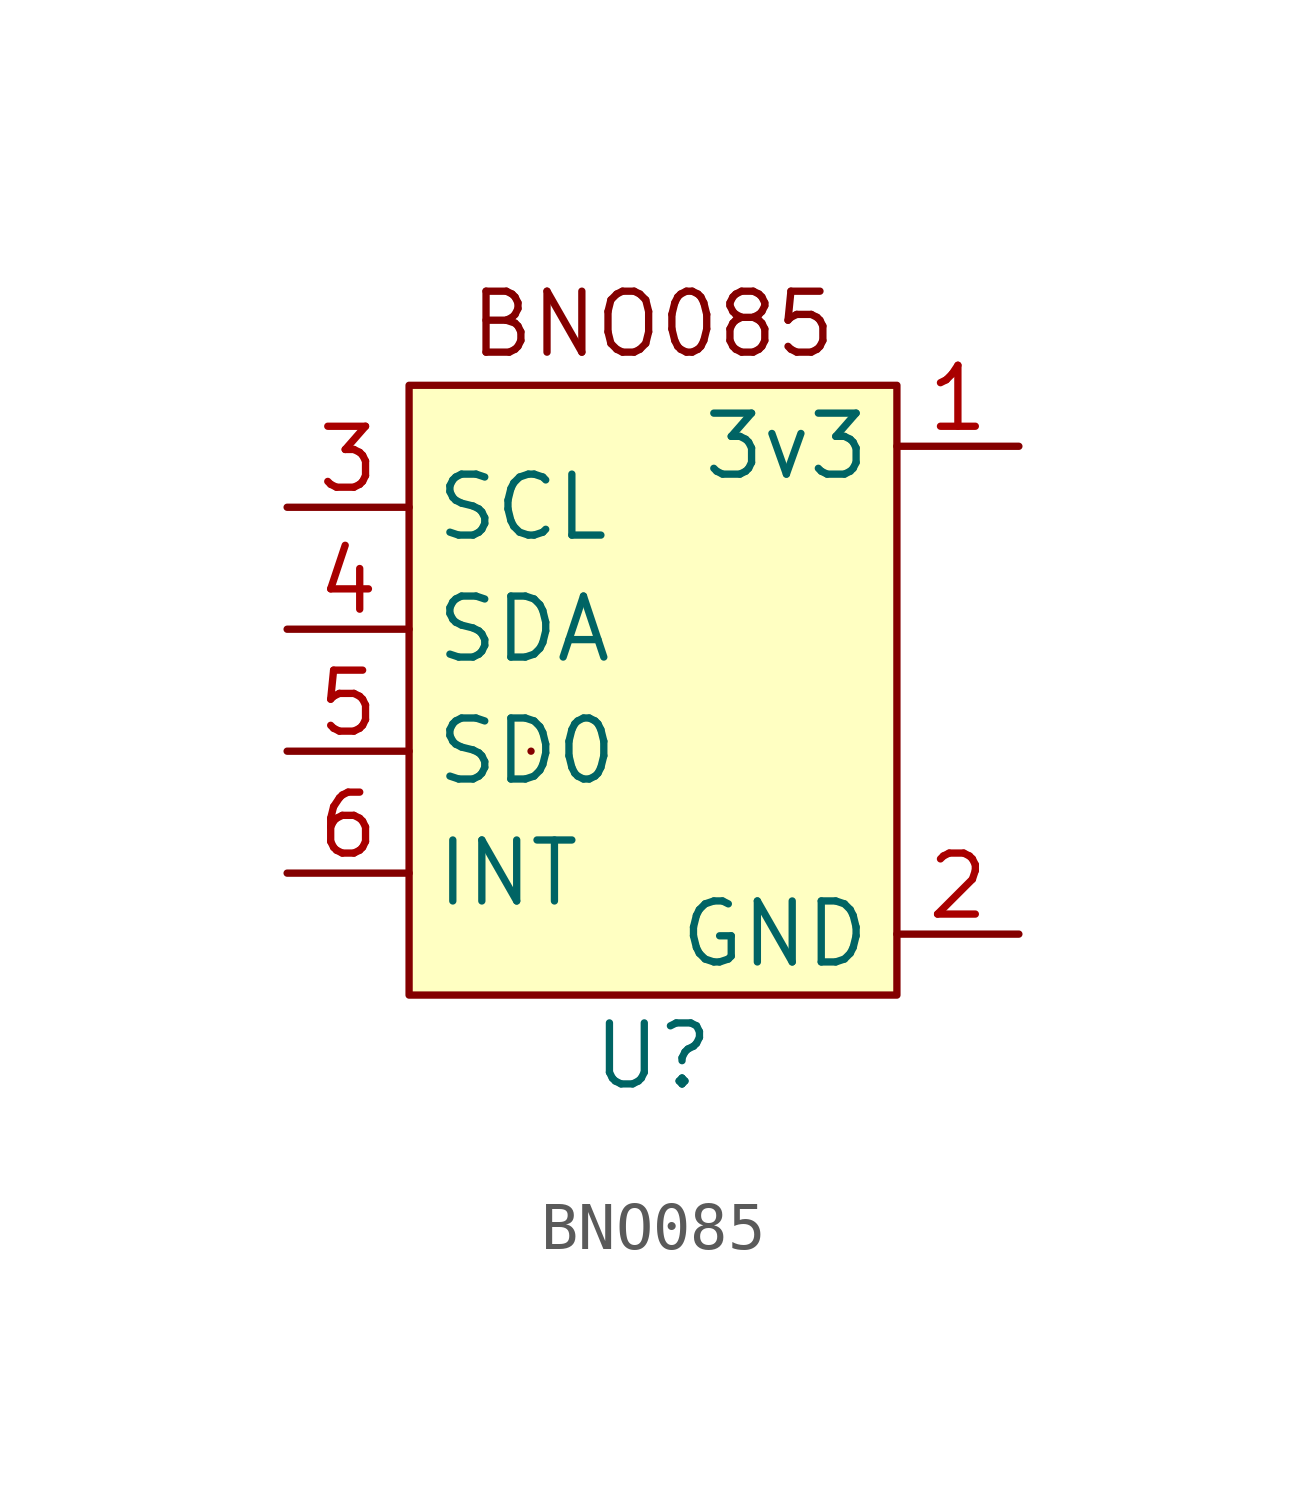
<source format=kicad_sym>
(kicad_symbol_lib
  (version 20220914)
  (generator kicad_symbol_editor)
  (symbol "BNO085"
    (property "Reference" "U"
      (at 0 0 0)
      (effects (font (size 1.27 1.27))))
    (property "Value" ""
      (at 0 0 0)
      (effects (font (size 1.27 1.27))))
    (symbol "BNO085_0_1"
      (rectangle (start -2.54 6.35) (end -2.54 6.35) (stroke (width 0) (type default)) (fill (type none))))
    (symbol "BNO085_1_1"
      (rectangle (start -5.08 13.97) (end 5.08 1.27) (stroke (width 0) (type default)) (fill (type background)))
      (text "BNO085" (at 0 15.24 0) (effects (font (size 1.27 1.27))))
      (pin input line (at 7.62 12.7 180) (length 2.54) (name "3v3" (effects (font (size 1.27 1.27)))) (number "1" (effects (font (size 1.27 1.27)))))
      (pin bidirectional line (at 7.62 2.54 180) (length 2.54) (name "GND" (effects (font (size 1.27 1.27)))) (number "2" (effects (font (size 1.27 1.27)))))
      (pin bidirectional line (at -7.62 11.43 0) (length 2.54) (name "SCL" (effects (font (size 1.27 1.27)))) (number "3" (effects (font (size 1.27 1.27)))))
      (pin bidirectional line (at -7.62 8.89 0) (length 2.54) (name "SDA" (effects (font (size 1.27 1.27)))) (number "4" (effects (font (size 1.27 1.27)))))
      (pin bidirectional line (at -7.62 6.35 0) (length 2.54) (name "SD0" (effects (font (size 1.27 1.27)))) (number "5" (effects (font (size 1.27 1.27)))))
      (pin bidirectional line (at -7.62 3.81 0) (length 2.54) (name "INT" (effects (font (size 1.27 1.27)))) (number "6" (effects (font (size 1.27 1.27))))))))
</source>
